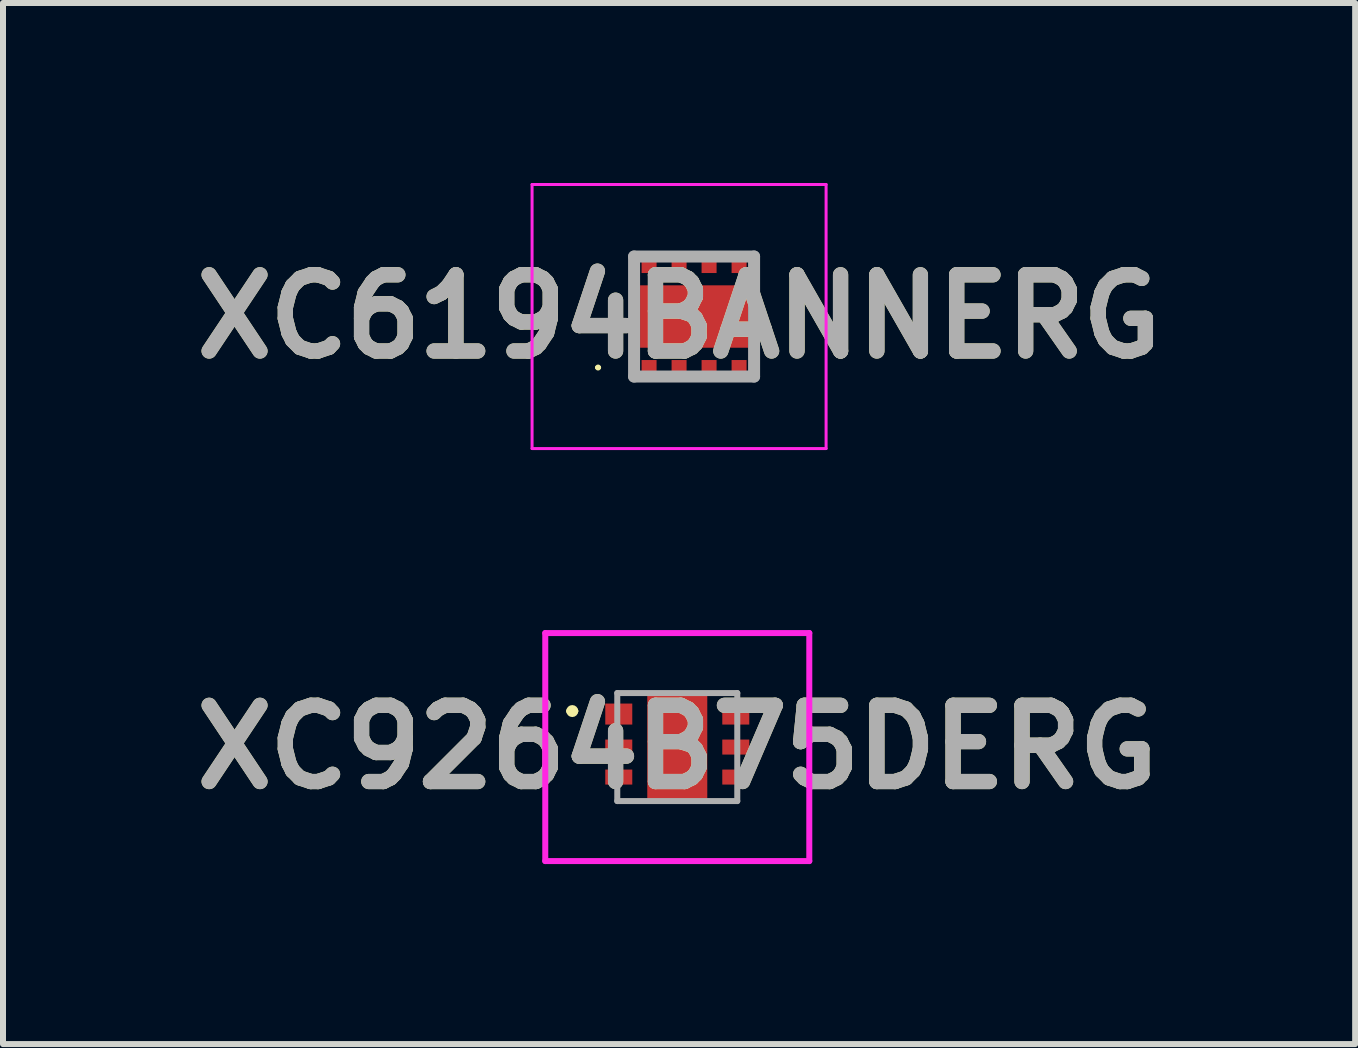
<source format=kicad_pcb>
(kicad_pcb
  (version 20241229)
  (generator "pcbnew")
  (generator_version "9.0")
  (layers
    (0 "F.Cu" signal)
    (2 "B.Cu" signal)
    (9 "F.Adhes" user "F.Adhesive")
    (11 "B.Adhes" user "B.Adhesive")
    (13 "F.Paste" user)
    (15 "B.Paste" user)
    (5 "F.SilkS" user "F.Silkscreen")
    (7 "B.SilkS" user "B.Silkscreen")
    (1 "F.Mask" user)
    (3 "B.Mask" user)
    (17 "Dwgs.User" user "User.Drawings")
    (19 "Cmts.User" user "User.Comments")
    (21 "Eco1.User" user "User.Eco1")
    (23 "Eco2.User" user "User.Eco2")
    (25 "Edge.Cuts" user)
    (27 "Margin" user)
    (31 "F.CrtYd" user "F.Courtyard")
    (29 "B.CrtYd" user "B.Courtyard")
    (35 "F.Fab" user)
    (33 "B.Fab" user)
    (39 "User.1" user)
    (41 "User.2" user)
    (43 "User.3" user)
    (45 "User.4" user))
  (footprint "XC9264B75DERG"
    (layer "F.Cu")
    (at 8.237 9.4)
    (property "Reference" "XC9264B75DERG" (at 0 0 0) (layer "F.SilkS") (effects (font (size 1.27 1.27) (thickness 0.254))))
    (attr smd)
    (fp_line (start -1.8 -0.6) (end -1.8 -0.6) (stroke (width 0.1) (type solid)) (layer "F.SilkS"))
    (fp_line (start -1.7 -0.6) (end -1.7 -0.6) (stroke (width 0.1) (type solid)) (layer "F.SilkS"))
    (fp_arc (start -1.8 -0.6) (mid -1.75 -0.65) (end -1.7 -0.6) (stroke (width 0.1) (type solid)) (layer "F.SilkS"))
    (fp_arc (start -1.7 -0.6) (mid -1.75 -0.55) (end -1.8 -0.6) (stroke (width 0.1) (type solid)) (layer "F.SilkS"))
    (fp_line (start -2.2 -1.9) (end 2.2 -1.9) (stroke (width 0.1) (type solid)) (layer "F.CrtYd"))
    (fp_line (start -2.2 1.9) (end -2.2 -1.9) (stroke (width 0.1) (type solid)) (layer "F.CrtYd"))
    (fp_line (start 2.2 -1.9) (end 2.2 1.9) (stroke (width 0.1) (type solid)) (layer "F.CrtYd"))
    (fp_line (start 2.2 1.9) (end -2.2 1.9) (stroke (width 0.1) (type solid)) (layer "F.CrtYd"))
    (fp_line (start -1 -0.9) (end 1 -0.9) (stroke (width 0.1) (type solid)) (layer "F.Fab"))
    (fp_line (start -1 0.9) (end -1 -0.9) (stroke (width 0.1) (type solid)) (layer "F.Fab"))
    (fp_line (start 1 -0.9) (end 1 0.9) (stroke (width 0.1) (type solid)) (layer "F.Fab"))
    (fp_line (start 1 0.9) (end -1 0.9) (stroke (width 0.1) (type solid)) (layer "F.Fab"))
    (fp_text user "${REFERENCE}" (at 0 0 0) (layer "F.Fab") (effects (font (size 1.27 1.27) (thickness 0.254))))
    (pad "1" smd rect (at -0.975 -0.55 90) (size 0.35 0.45) (layers "F.Cu" "F.Mask" "F.Paste"))
    (pad "2" smd rect (at -0.975 0 90) (size 0.25 0.45) (layers "F.Cu" "F.Mask" "F.Paste"))
    (pad "3" smd rect (at -0.975 0.5 90) (size 0.25 0.45) (layers "F.Cu" "F.Mask" "F.Paste"))
    (pad "4" smd rect (at 0.975 0.5 90) (size 0.25 0.45) (layers "F.Cu" "F.Mask" "F.Paste"))
    (pad "5" smd rect (at 0.975 0 90) (size 0.25 0.45) (layers "F.Cu" "F.Mask" "F.Paste"))
    (pad "6" smd rect (at 0.975 -0.5 90) (size 0.25 0.45) (layers "F.Cu" "F.Mask" "F.Paste"))
    (pad "7" smd rect (at 0 0) (size 1 1.8) (layers "F.Cu" "F.Mask" "F.Paste")))
  (footprint "XC6194BANNERG"
    (layer "F.Cu")
    (at 8.517 2.225)
    (property "Reference" "XC6194BANNERG" (at -0.25 0 0) (layer "F.SilkS") (effects (font (size 1.27 1.27) (thickness 0.254))))
    (attr smd)
    (fp_line (start -1.625 0.85) (end -1.625 0.85) (stroke (width 0.05) (type solid)) (layer "F.SilkS"))
    (fp_line (start -1.575 0.85) (end -1.575 0.85) (stroke (width 0.05) (type solid)) (layer "F.SilkS"))
    (fp_arc (start -1.625 0.85) (mid -1.6 0.825) (end -1.575 0.85) (stroke (width 0.05) (type solid)) (layer "F.SilkS"))
    (fp_arc (start -1.575 0.85) (mid -1.6 0.875) (end -1.625 0.85) (stroke (width 0.05) (type solid)) (layer "F.SilkS"))
    (fp_line (start -2.7 -2.2) (end 2.2 -2.2) (stroke (width 0.05) (type solid)) (layer "F.CrtYd"))
    (fp_line (start -2.7 2.2) (end -2.7 -2.2) (stroke (width 0.05) (type solid)) (layer "F.CrtYd"))
    (fp_line (start 2.2 -2.2) (end 2.2 2.2) (stroke (width 0.05) (type solid)) (layer "F.CrtYd"))
    (fp_line (start 2.2 2.2) (end -2.7 2.2) (stroke (width 0.05) (type solid)) (layer "F.CrtYd"))
    (fp_line (start -1 -1) (end 1 -1) (stroke (width 0.2) (type solid)) (layer "F.Fab"))
    (fp_line (start -1 1) (end -1 -1) (stroke (width 0.2) (type solid)) (layer "F.Fab"))
    (fp_line (start 1 -1) (end 1 1) (stroke (width 0.2) (type solid)) (layer "F.Fab"))
    (fp_line (start 1 1) (end -1 1) (stroke (width 0.2) (type solid)) (layer "F.Fab"))
    (fp_text user "${REFERENCE}" (at -0.25 0 0) (layer "F.Fab") (effects (font (size 1.27 1.27) (thickness 0.254))))
    (pad "1" smd rect (at -0.75 0.85 90) (size 0.25 0.25) (layers "F.Cu" "F.Mask" "F.Paste"))
    (pad "2" smd rect (at -0.25 0.85 90) (size 0.25 0.25) (layers "F.Cu" "F.Mask" "F.Paste"))
    (pad "3" smd rect (at 0.25 0.85 90) (size 0.25 0.25) (layers "F.Cu" "F.Mask" "F.Paste"))
    (pad "4" smd rect (at 0.75 0.85 90) (size 0.25 0.25) (layers "F.Cu" "F.Mask" "F.Paste"))
    (pad "5" smd rect (at 0.75 -0.85 90) (size 0.25 0.25) (layers "F.Cu" "F.Mask" "F.Paste"))
    (pad "6" smd rect (at 0.25 -0.85 90) (size 0.25 0.25) (layers "F.Cu" "F.Mask" "F.Paste"))
    (pad "7" smd rect (at -0.25 -0.85 90) (size 0.25 0.25) (layers "F.Cu" "F.Mask" "F.Paste"))
    (pad "8" smd rect (at -0.75 -0.85 90) (size 0.25 0.25) (layers "F.Cu" "F.Mask" "F.Paste"))
    (pad "9" smd rect (at 0 0 90) (size 1.04 1.8) (layers "F.Cu" "F.Mask" "F.Paste")))
  (gr_rect
    (start -3 -3)
    (end 19.534 14.35)
    (stroke (width 0.1) (type default))
    (fill no)
    (layer "Edge.Cuts")))
</source>
